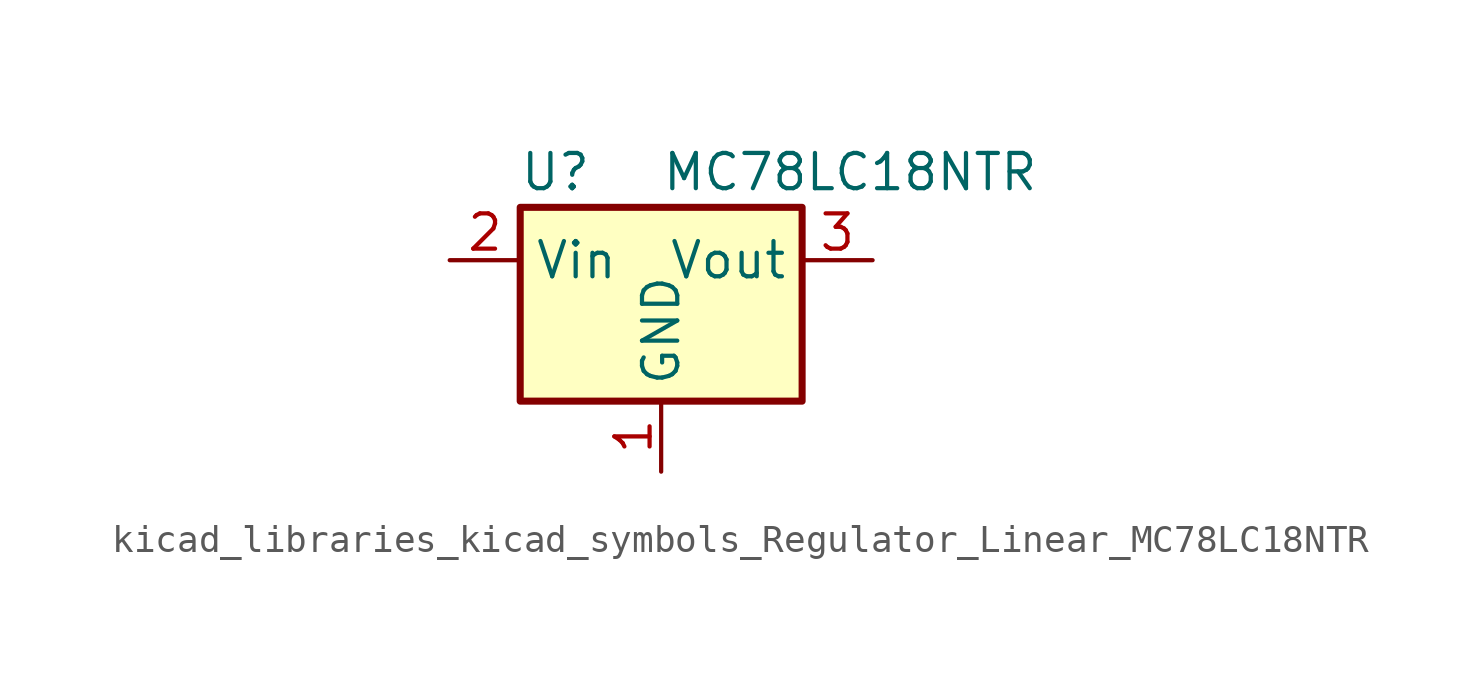
<source format=kicad_sym>
(kicad_symbol_lib
  (version 20220914)
  (generator kicad_symbol_editor)
  (symbol "kicad_libraries_kicad_symbols_Regulator_Linear_MC78LC18NTR"
    (property "Reference" "U"
      (at -3.81 3.175 0)
      (effects (font (size 1.27 1.27))))
    (property "Value" "MC78LC18NTR"
      (at 0 3.175 0)
      (effects (font (size 1.27 1.27)) (justify left)))
    (symbol "kicad_libraries_kicad_symbols_Regulator_Linear_MC78LC18NTR_0_1"
      (rectangle (start -5.08 1.905) (end 5.08 -5.08) (stroke (width 0.254) (type default)) (fill (type background))))
    (symbol "kicad_libraries_kicad_symbols_Regulator_Linear_MC78LC18NTR_1_1"
      (pin power_in line (at 0 -7.62 90) (length 2.54) (name "GND" (effects (font (size 1.27 1.27)))) (number "1" (effects (font (size 1.27 1.27)))))
      (pin power_in line (at -7.62 0 0) (length 2.54) (name "Vin" (effects (font (size 1.27 1.27)))) (number "2" (effects (font (size 1.27 1.27)))))
      (pin power_out line (at 7.62 0 180) (length 2.54) (name "Vout" (effects (font (size 1.27 1.27)))) (number "3" (effects (font (size 1.27 1.27)))))
      (pin no_connect line (at 5.08 -2.54 180) (length 2.54) hide (name "NC" (effects (font (size 1.27 1.27)))) (number "4" (effects (font (size 1.27 1.27)))))
      (pin no_connect line (at -5.08 -2.54 0) (length 2.54) hide (name "NC" (effects (font (size 1.27 1.27)))) (number "5" (effects (font (size 1.27 1.27))))))))
</source>
